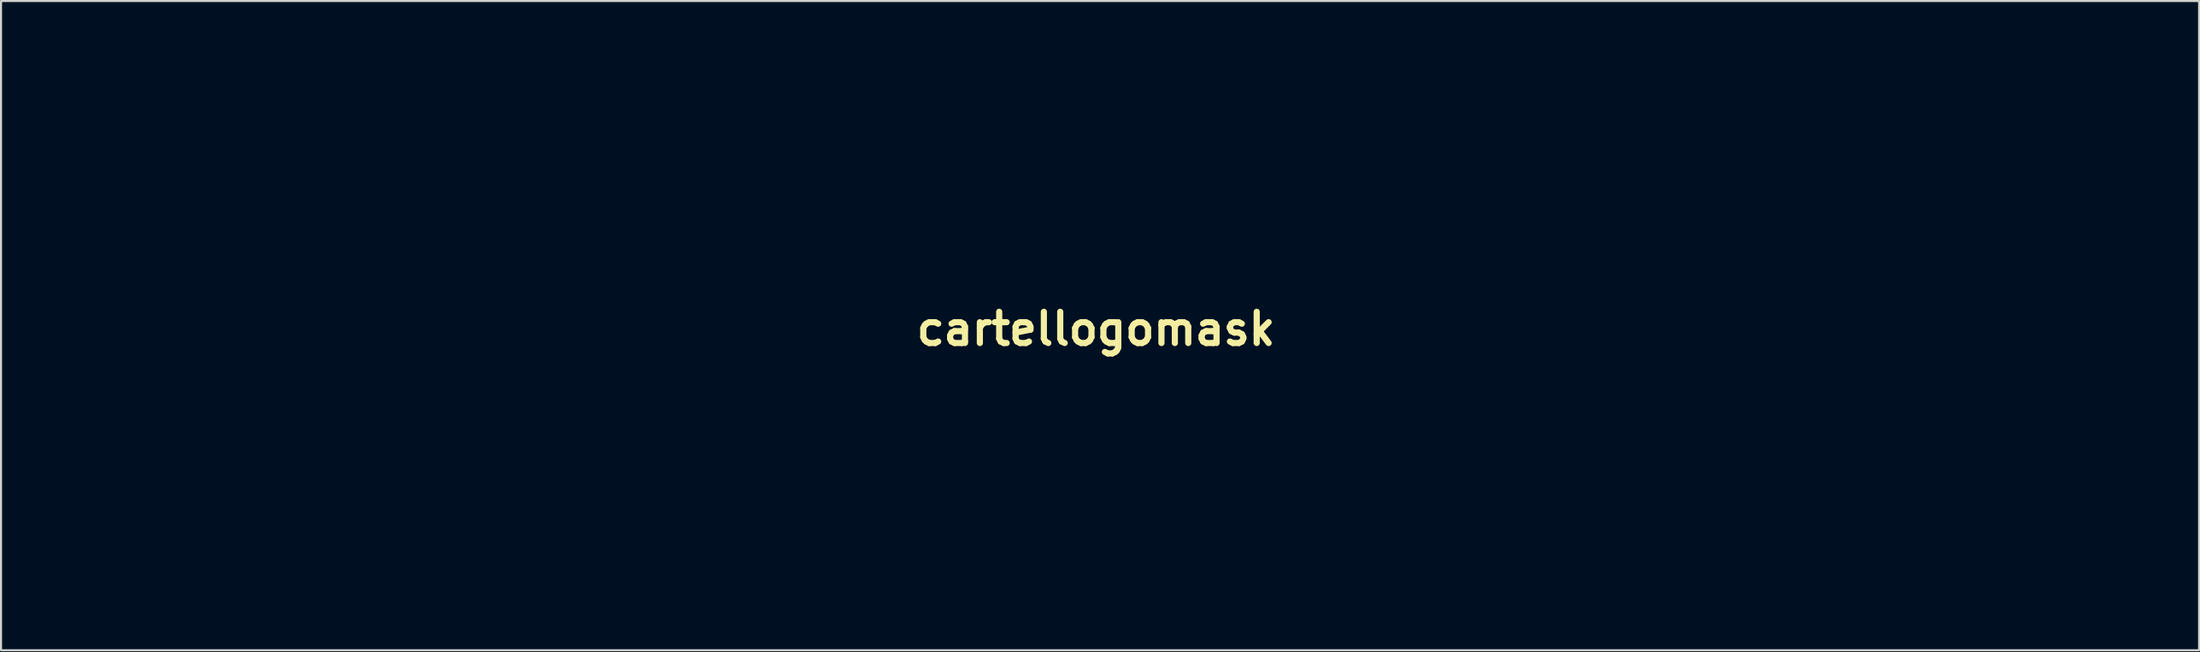
<source format=kicad_pcb>
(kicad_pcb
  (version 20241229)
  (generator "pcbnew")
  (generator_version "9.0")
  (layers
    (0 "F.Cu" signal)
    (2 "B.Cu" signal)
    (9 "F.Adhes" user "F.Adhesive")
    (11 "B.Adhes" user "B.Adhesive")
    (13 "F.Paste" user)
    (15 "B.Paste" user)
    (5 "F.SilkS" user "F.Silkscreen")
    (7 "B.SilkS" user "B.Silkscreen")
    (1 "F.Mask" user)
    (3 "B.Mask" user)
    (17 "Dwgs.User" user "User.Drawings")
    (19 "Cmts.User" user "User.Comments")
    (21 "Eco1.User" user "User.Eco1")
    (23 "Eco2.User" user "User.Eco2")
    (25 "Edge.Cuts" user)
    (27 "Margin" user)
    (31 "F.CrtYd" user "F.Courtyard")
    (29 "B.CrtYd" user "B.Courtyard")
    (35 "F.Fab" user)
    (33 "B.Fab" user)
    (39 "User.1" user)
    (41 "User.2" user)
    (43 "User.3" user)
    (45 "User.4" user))
  (footprint "cartellogomask"
    (layer "F.Cu")
    (at 50.385 13.01)
    (property "Reference" "cartellogomask" (at 0 0 0) (layer "F.SilkS") (effects (font (size 1.524 1.524) (thickness 0.3))))
    (attr through_hole)
    (fp_poly (pts (xy -22.809 -2.997) (xy -22.766 -2.915) (xy -22.698 -2.782) (xy -22.608 -2.604) (xy -22.499 -2.387) (xy -22.374 -2.134) (xy -22.235 -1.853) (xy -22.084 -1.547) (xy -21.925 -1.223) (xy -21.759 -0.885) (xy -21.59 -0.539) (xy -21.42 -0.191) (xy -21.251 0.155) (xy -21.087 0.493) (xy -20.929 0.819) (xy -20.78 1.126) (xy -20.644 1.409) (xy -20.522 1.663) (xy -20.417 1.883) (xy -20.331 2.064) (xy -20.268 2.2) (xy -20.23 2.286) (xy -20.218 2.316) (xy -20.251 2.319) (xy -20.347 2.322) (xy -20.5 2.325) (xy -20.705 2.328) (xy -20.957 2.33) (xy -21.252 2.332) (xy -21.582 2.334) (xy -21.945 2.336) (xy -22.334 2.336) (xy -22.744 2.337) (xy -22.825 2.337) (xy -25.431 2.337) (xy -25.116 1.685) (xy -24.884 1.205) (xy -24.656 0.732) (xy -24.432 0.269) (xy -24.215 -0.178) (xy -24.007 -0.607) (xy -23.81 -1.014) (xy -23.625 -1.395) (xy -23.455 -1.745) (xy -23.301 -2.061) (xy -23.165 -2.339) (xy -23.049 -2.575) (xy -22.956 -2.766) (xy -22.886 -2.907) (xy -22.842 -2.994) (xy -22.826 -3.024) (xy -22.809 -2.997)) (stroke (width 0.01) (type solid)) (fill yes) (layer "F.Mask"))
    (fp_poly (pts (xy -39.724 -9.173) (xy -39.428 -9.17) (xy -39.175 -9.165) (xy -38.96 -9.158) (xy -38.778 -9.148) (xy -38.623 -9.136) (xy -38.492 -9.122) (xy -38.378 -9.104) (xy -38.276 -9.084) (xy -38.183 -9.06) (xy -38.125 -9.043) (xy -37.832 -8.918) (xy -37.576 -8.738) (xy -37.362 -8.51) (xy -37.196 -8.24) (xy -37.114 -8.035) (xy -37.069 -7.845) (xy -37.038 -7.611) (xy -37.022 -7.353) (xy -37.021 -7.092) (xy -37.037 -6.851) (xy -37.063 -6.675) (xy -37.163 -6.336) (xy -37.309 -6.046) (xy -37.501 -5.805) (xy -37.742 -5.611) (xy -38.031 -5.463) (xy -38.219 -5.399) (xy -38.262 -5.388) (xy -38.314 -5.378) (xy -38.379 -5.369) (xy -38.462 -5.362) (xy -38.568 -5.355) (xy -38.702 -5.349) (xy -38.868 -5.344) (xy -39.071 -5.339) (xy -39.316 -5.335) (xy -39.608 -5.331) (xy -39.952 -5.327) (xy -40.353 -5.323) (xy -40.815 -5.318) (xy -40.979 -5.317) (xy -43.536 -5.294) (xy -43.925 -5.208) (xy -44.405 -5.076) (xy -44.833 -4.902) (xy -45.209 -4.684) (xy -45.537 -4.421) (xy -45.817 -4.111) (xy -46.05 -3.753) (xy -46.24 -3.345) (xy -46.35 -3.019) (xy -46.443 -2.617) (xy -46.505 -2.176) (xy -46.536 -1.711) (xy -46.535 -1.238) (xy -46.504 -0.773) (xy -46.441 -0.332) (xy -46.348 0.07) (xy -46.314 0.179) (xy -46.14 0.612) (xy -45.916 0.999) (xy -45.643 1.34) (xy -45.323 1.632) (xy -44.957 1.875) (xy -44.545 2.069) (xy -44.129 2.201) (xy -44.021 2.228) (xy -43.921 2.251) (xy -43.823 2.272) (xy -43.723 2.289) (xy -43.614 2.304) (xy -43.492 2.317) (xy -43.35 2.327) (xy -43.184 2.336) (xy -42.987 2.343) (xy -42.754 2.349) (xy -42.48 2.354) (xy -42.16 2.358) (xy -41.787 2.363) (xy -41.357 2.367) (xy -40.945 2.371) (xy -40.469 2.375) (xy -40.056 2.379) (xy -39.701 2.383) (xy -39.399 2.387) (xy -39.145 2.391) (xy -38.934 2.396) (xy -38.762 2.401) (xy -38.623 2.407) (xy -38.513 2.413) (xy -38.427 2.421) (xy -38.359 2.429) (xy -38.306 2.439) (xy -38.261 2.45) (xy -38.254 2.452) (xy -37.926 2.576) (xy -37.652 2.739) (xy -37.429 2.945) (xy -37.253 3.195) (xy -37.122 3.494) (xy -37.108 3.538) (xy -37.078 3.642) (xy -37.058 3.742) (xy -37.044 3.855) (xy -37.038 3.996) (xy -37.035 4.18) (xy -37.036 4.301) (xy -37.037 4.509) (xy -37.042 4.666) (xy -37.052 4.787) (xy -37.069 4.889) (xy -37.094 4.988) (xy -37.129 5.097) (xy -37.261 5.402) (xy -37.438 5.657) (xy -37.662 5.865) (xy -37.937 6.029) (xy -38.104 6.099) (xy -38.32 6.18) (xy -40.996 6.185) (xy -41.532 6.186) (xy -42.006 6.186) (xy -42.42 6.186) (xy -42.778 6.184) (xy -43.086 6.181) (xy -43.348 6.178) (xy -43.567 6.173) (xy -43.747 6.168) (xy -43.894 6.161) (xy -44.011 6.153) (xy -44.077 6.146) (xy -44.83 6.038) (xy -45.531 5.885) (xy -46.183 5.687) (xy -46.785 5.444) (xy -47.339 5.155) (xy -47.845 4.82) (xy -48.304 4.437) (xy -48.717 4.008) (xy -49.085 3.53) (xy -49.407 3.005) (xy -49.576 2.675) (xy -49.823 2.082) (xy -50.026 1.442) (xy -50.184 0.758) (xy -50.296 0.034) (xy -50.361 -0.727) (xy -50.38 -1.521) (xy -50.352 -2.345) (xy -50.322 -2.743) (xy -50.234 -3.463) (xy -50.098 -4.149) (xy -49.916 -4.796) (xy -49.689 -5.403) (xy -49.419 -5.966) (xy -49.107 -6.482) (xy -48.754 -6.948) (xy -48.374 -7.349) (xy -47.947 -7.716) (xy -47.487 -8.039) (xy -46.992 -8.319) (xy -46.456 -8.558) (xy -45.876 -8.758) (xy -45.246 -8.922) (xy -44.564 -9.05) (xy -44.23 -9.097) (xy -44.132 -9.109) (xy -44.019 -9.118) (xy -43.886 -9.127) (xy -43.728 -9.135) (xy -43.54 -9.141) (xy -43.316 -9.147) (xy -43.051 -9.152) (xy -42.74 -9.157) (xy -42.378 -9.161) (xy -41.958 -9.164) (xy -41.477 -9.168) (xy -41.433 -9.168) (xy -40.916 -9.171) (xy -40.463 -9.173) (xy -40.067 -9.174) (xy -39.724 -9.173)) (stroke (width 0.01) (type solid)) (fill yes) (layer "F.Mask"))
    (fp_poly (pts (xy 40.85 -9.172) (xy 41.097 -9.153) (xy 41.264 -9.127) (xy 41.601 -9.025) (xy 41.895 -8.872) (xy 42.143 -8.668) (xy 42.345 -8.416) (xy 42.499 -8.115) (xy 42.561 -7.939) (xy 42.569 -7.908) (xy 42.577 -7.871) (xy 42.584 -7.825) (xy 42.59 -7.768) (xy 42.596 -7.694) (xy 42.6 -7.601) (xy 42.604 -7.485) (xy 42.608 -7.343) (xy 42.611 -7.172) (xy 42.614 -6.967) (xy 42.616 -6.725) (xy 42.617 -6.443) (xy 42.619 -6.118) (xy 42.62 -5.745) (xy 42.62 -5.322) (xy 42.621 -4.845) (xy 42.621 -4.31) (xy 42.621 -3.714) (xy 42.621 -3.116) (xy 42.621 -2.448) (xy 42.622 -1.844) (xy 42.622 -1.302) (xy 42.623 -0.818) (xy 42.624 -0.389) (xy 42.625 -0.011) (xy 42.627 0.318) (xy 42.629 0.602) (xy 42.632 0.843) (xy 42.635 1.046) (xy 42.639 1.214) (xy 42.643 1.349) (xy 42.647 1.455) (xy 42.652 1.535) (xy 42.658 1.592) (xy 42.665 1.629) (xy 42.668 1.643) (xy 42.782 1.872) (xy 42.945 2.069) (xy 43.147 2.22) (xy 43.33 2.303) (xy 43.369 2.311) (xy 43.436 2.318) (xy 43.535 2.324) (xy 43.67 2.33) (xy 43.844 2.334) (xy 44.06 2.338) (xy 44.323 2.342) (xy 44.636 2.345) (xy 45.003 2.347) (xy 45.427 2.349) (xy 45.912 2.35) (xy 46.378 2.351) (xy 46.907 2.352) (xy 47.373 2.353) (xy 47.781 2.354) (xy 48.135 2.356) (xy 48.439 2.359) (xy 48.699 2.363) (xy 48.919 2.368) (xy 49.103 2.376) (xy 49.257 2.386) (xy 49.385 2.398) (xy 49.49 2.413) (xy 49.579 2.431) (xy 49.656 2.453) (xy 49.725 2.479) (xy 49.791 2.509) (xy 49.858 2.543) (xy 49.931 2.582) (xy 49.96 2.596) (xy 50.204 2.756) (xy 50.403 2.958) (xy 50.562 3.208) (xy 50.684 3.51) (xy 50.718 3.624) (xy 50.751 3.802) (xy 50.772 4.024) (xy 50.78 4.27) (xy 50.774 4.517) (xy 50.756 4.744) (xy 50.724 4.929) (xy 50.721 4.945) (xy 50.604 5.274) (xy 50.442 5.555) (xy 50.233 5.786) (xy 49.98 5.967) (xy 49.682 6.096) (xy 49.485 6.149) (xy 49.443 6.156) (xy 49.384 6.162) (xy 49.305 6.168) (xy 49.202 6.173) (xy 49.072 6.177) (xy 48.913 6.181) (xy 48.72 6.184) (xy 48.489 6.187) (xy 48.219 6.189) (xy 47.905 6.191) (xy 47.545 6.192) (xy 47.134 6.193) (xy 46.669 6.193) (xy 46.148 6.194) (xy 45.566 6.194) (xy 44.921 6.193) (xy 44.755 6.193) (xy 44.207 6.193) (xy 43.677 6.192) (xy 43.169 6.191) (xy 42.688 6.19) (xy 42.236 6.189) (xy 41.819 6.188) (xy 41.44 6.186) (xy 41.103 6.185) (xy 40.812 6.183) (xy 40.572 6.181) (xy 40.385 6.18) (xy 40.257 6.178) (xy 40.191 6.176) (xy 40.183 6.176) (xy 39.832 6.078) (xy 39.537 5.943) (xy 39.294 5.767) (xy 39.101 5.55) (xy 38.976 5.335) (xy 38.952 5.284) (xy 38.93 5.237) (xy 38.91 5.191) (xy 38.891 5.143) (xy 38.875 5.09) (xy 38.86 5.028) (xy 38.847 4.955) (xy 38.835 4.868) (xy 38.825 4.764) (xy 38.816 4.64) (xy 38.808 4.492) (xy 38.801 4.319) (xy 38.796 4.116) (xy 38.792 3.881) (xy 38.788 3.611) (xy 38.785 3.303) (xy 38.783 2.954) (xy 38.782 2.56) (xy 38.781 2.12) (xy 38.781 1.63) (xy 38.782 1.086) (xy 38.782 0.486) (xy 38.783 -0.172) (xy 38.784 -0.893) (xy 38.785 -1.593) (xy 38.787 -2.353) (xy 38.788 -3.048) (xy 38.789 -3.681) (xy 38.79 -4.256) (xy 38.791 -4.774) (xy 38.793 -5.24) (xy 38.794 -5.656) (xy 38.796 -6.025) (xy 38.798 -6.35) (xy 38.8 -6.635) (xy 38.803 -6.881) (xy 38.805 -7.093) (xy 38.808 -7.272) (xy 38.812 -7.423) (xy 38.816 -7.547) (xy 38.82 -7.649) (xy 38.825 -7.731) (xy 38.83 -7.795) (xy 38.835 -7.846) (xy 38.842 -7.885) (xy 38.849 -7.917) (xy 38.854 -7.936) (xy 38.982 -8.268) (xy 39.153 -8.547) (xy 39.367 -8.774) (xy 39.625 -8.951) (xy 39.929 -9.078) (xy 40.124 -9.128) (xy 40.336 -9.159) (xy 40.588 -9.174) (xy 40.85 -9.172)) (stroke (width 0.01) (type solid)) (fill yes) (layer "F.Mask"))
    (fp_poly (pts (xy 12.235 -9.174) (xy 12.807 -9.173) (xy 13.438 -9.172) (xy 14.13 -9.171) (xy 14.884 -9.17) (xy 15.636 -9.169) (xy 16.323 -9.168) (xy 16.948 -9.167) (xy 17.514 -9.166) (xy 18.025 -9.164) (xy 18.484 -9.163) (xy 18.893 -9.162) (xy 19.255 -9.16) (xy 19.574 -9.158) (xy 19.852 -9.156) (xy 20.093 -9.154) (xy 20.3 -9.151) (xy 20.475 -9.148) (xy 20.622 -9.145) (xy 20.743 -9.141) (xy 20.843 -9.137) (xy 20.923 -9.132) (xy 20.987 -9.127) (xy 21.038 -9.121) (xy 21.078 -9.114) (xy 21.112 -9.107) (xy 21.142 -9.099) (xy 21.17 -9.09) (xy 21.171 -9.09) (xy 21.483 -8.963) (xy 21.744 -8.791) (xy 21.953 -8.577) (xy 22.11 -8.32) (xy 22.11 -8.32) (xy 22.184 -8.15) (xy 22.236 -7.989) (xy 22.271 -7.821) (xy 22.291 -7.628) (xy 22.298 -7.395) (xy 22.299 -7.247) (xy 22.296 -7.043) (xy 22.29 -6.888) (xy 22.278 -6.767) (xy 22.258 -6.661) (xy 22.228 -6.554) (xy 22.209 -6.494) (xy 22.076 -6.177) (xy 21.904 -5.914) (xy 21.688 -5.7) (xy 21.424 -5.533) (xy 21.109 -5.407) (xy 21.08 -5.399) (xy 21.028 -5.385) (xy 20.966 -5.373) (xy 20.889 -5.364) (xy 20.79 -5.355) (xy 20.663 -5.348) (xy 20.503 -5.342) (xy 20.303 -5.337) (xy 20.057 -5.332) (xy 19.76 -5.327) (xy 19.405 -5.323) (xy 19.135 -5.32) (xy 17.391 -5.3) (xy 17.217 -5.208) (xy 17.092 -5.128) (xy 16.971 -5.026) (xy 16.922 -4.976) (xy 16.89 -4.94) (xy 16.861 -4.908) (xy 16.836 -4.877) (xy 16.813 -4.844) (xy 16.792 -4.804) (xy 16.775 -4.754) (xy 16.759 -4.691) (xy 16.746 -4.611) (xy 16.734 -4.511) (xy 16.725 -4.387) (xy 16.717 -4.235) (xy 16.711 -4.053) (xy 16.706 -3.836) (xy 16.702 -3.582) (xy 16.7 -3.286) (xy 16.698 -2.945) (xy 16.697 -2.556) (xy 16.696 -2.115) (xy 16.696 -1.619) (xy 16.696 -1.063) (xy 16.696 -0.446) (xy 16.696 -0.104) (xy 16.696 0.518) (xy 16.695 1.108) (xy 16.694 1.663) (xy 16.692 2.181) (xy 16.69 2.658) (xy 16.687 3.091) (xy 16.684 3.476) (xy 16.681 3.811) (xy 16.677 4.092) (xy 16.674 4.316) (xy 16.669 4.48) (xy 16.665 4.581) (xy 16.663 4.603) (xy 16.594 4.973) (xy 16.477 5.296) (xy 16.312 5.571) (xy 16.102 5.797) (xy 15.845 5.975) (xy 15.553 6.099) (xy 15.367 6.143) (xy 15.135 6.173) (xy 14.877 6.189) (xy 14.613 6.191) (xy 14.364 6.179) (xy 14.149 6.151) (xy 14.061 6.131) (xy 13.741 6.017) (xy 13.473 5.861) (xy 13.255 5.66) (xy 13.085 5.412) (xy 12.96 5.114) (xy 12.916 4.955) (xy 12.908 4.917) (xy 12.901 4.871) (xy 12.894 4.812) (xy 12.889 4.737) (xy 12.884 4.643) (xy 12.879 4.527) (xy 12.875 4.384) (xy 12.872 4.211) (xy 12.869 4.006) (xy 12.866 3.764) (xy 12.864 3.482) (xy 12.863 3.157) (xy 12.861 2.785) (xy 12.86 2.362) (xy 12.859 1.886) (xy 12.858 1.352) (xy 12.857 0.758) (xy 12.857 0.1) (xy 12.856 0.068) (xy 12.856 -0.59) (xy 12.855 -1.184) (xy 12.854 -1.717) (xy 12.853 -2.192) (xy 12.852 -2.614) (xy 12.851 -2.984) (xy 12.849 -3.307) (xy 12.847 -3.586) (xy 12.845 -3.824) (xy 12.842 -4.026) (xy 12.839 -4.193) (xy 12.835 -4.33) (xy 12.831 -4.44) (xy 12.826 -4.526) (xy 12.821 -4.592) (xy 12.815 -4.641) (xy 12.808 -4.677) (xy 12.8 -4.703) (xy 12.796 -4.714) (xy 12.702 -4.866) (xy 12.568 -5.02) (xy 12.415 -5.151) (xy 12.299 -5.222) (xy 12.263 -5.239) (xy 12.227 -5.254) (xy 12.185 -5.266) (xy 12.131 -5.276) (xy 12.058 -5.284) (xy 11.962 -5.291) (xy 11.837 -5.297) (xy 11.676 -5.301) (xy 11.473 -5.306) (xy 11.224 -5.309) (xy 10.921 -5.313) (xy 10.559 -5.317) (xy 10.363 -5.319) (xy 9.965 -5.324) (xy 9.628 -5.328) (xy 9.348 -5.332) (xy 9.117 -5.337) (xy 8.93 -5.342) (xy 8.782 -5.348) (xy 8.665 -5.355) (xy 8.575 -5.363) (xy 8.504 -5.373) (xy 8.449 -5.385) (xy 8.401 -5.398) (xy 8.399 -5.399) (xy 8.081 -5.531) (xy 7.818 -5.702) (xy 7.606 -5.915) (xy 7.442 -6.175) (xy 7.322 -6.485) (xy 7.293 -6.593) (xy 7.261 -6.78) (xy 7.242 -7.009) (xy 7.236 -7.257) (xy 7.243 -7.504) (xy 7.263 -7.726) (xy 7.294 -7.891) (xy 7.409 -8.222) (xy 7.571 -8.505) (xy 7.78 -8.739) (xy 8.036 -8.924) (xy 8.339 -9.06) (xy 8.568 -9.124) (xy 8.604 -9.131) (xy 8.647 -9.137) (xy 8.701 -9.143) (xy 8.768 -9.148) (xy 8.851 -9.153) (xy 8.954 -9.157) (xy 9.08 -9.161) (xy 9.231 -9.164) (xy 9.41 -9.166) (xy 9.621 -9.169) (xy 9.867 -9.17) (xy 10.15 -9.172) (xy 10.474 -9.173) (xy 10.841 -9.174) (xy 11.255 -9.174) (xy 11.719 -9.174) (xy 12.235 -9.174)) (stroke (width 0.01) (type solid)) (fill yes) (layer "F.Mask"))
    (fp_poly (pts (xy 1.964 -9.082) (xy 2.454 -8.947) (xy 2.914 -8.764) (xy 3.351 -8.527) (xy 3.773 -8.234) (xy 4.186 -7.88) (xy 4.425 -7.644) (xy 4.789 -7.234) (xy 5.092 -6.818) (xy 5.339 -6.386) (xy 5.535 -5.927) (xy 5.677 -5.469) (xy 5.727 -5.224) (xy 5.763 -4.931) (xy 5.784 -4.613) (xy 5.791 -4.289) (xy 5.781 -3.979) (xy 5.755 -3.703) (xy 5.743 -3.624) (xy 5.624 -3.113) (xy 5.448 -2.627) (xy 5.214 -2.161) (xy 4.917 -1.71) (xy 4.556 -1.27) (xy 4.42 -1.124) (xy 4.007 -0.732) (xy 3.575 -0.399) (xy 3.129 -0.129) (xy 3.071 -0.099) (xy 2.932 -0.026) (xy 2.819 0.036) (xy 2.744 0.082) (xy 2.718 0.105) (xy 2.718 0.105) (xy 2.742 0.133) (xy 2.809 0.205) (xy 2.914 0.317) (xy 3.054 0.465) (xy 3.223 0.645) (xy 3.418 0.851) (xy 3.635 1.08) (xy 3.87 1.327) (xy 4.06 1.527) (xy 4.31 1.791) (xy 4.549 2.045) (xy 4.772 2.284) (xy 4.974 2.504) (xy 5.152 2.698) (xy 5.3 2.863) (xy 5.414 2.992) (xy 5.488 3.081) (xy 5.514 3.115) (xy 5.647 3.356) (xy 5.739 3.609) (xy 5.795 3.893) (xy 5.817 4.168) (xy 5.81 4.576) (xy 5.754 4.942) (xy 5.649 5.265) (xy 5.496 5.542) (xy 5.297 5.773) (xy 5.052 5.955) (xy 4.763 6.088) (xy 4.542 6.149) (xy 4.351 6.177) (xy 4.125 6.193) (xy 3.886 6.195) (xy 3.657 6.185) (xy 3.459 6.162) (xy 3.375 6.144) (xy 3.065 6.035) (xy 2.744 5.868) (xy 2.424 5.65) (xy 2.189 5.455) (xy 2.147 5.41) (xy 2.067 5.317) (xy 1.952 5.179) (xy 1.804 5) (xy 1.627 4.785) (xy 1.425 4.537) (xy 1.201 4.261) (xy 0.958 3.96) (xy 0.699 3.639) (xy 0.428 3.302) (xy 0.225 3.048) (xy -0.057 2.696) (xy -0.332 2.353) (xy -0.597 2.023) (xy -0.848 1.711) (xy -1.081 1.422) (xy -1.292 1.159) (xy -1.478 0.929) (xy -1.636 0.735) (xy -1.76 0.582) (xy -1.849 0.474) (xy -1.884 0.432) (xy -2.149 0.105) (xy -2.361 -0.193) (xy -2.525 -0.472) (xy -2.645 -0.74) (xy -2.725 -1.006) (xy -2.768 -1.28) (xy -2.779 -1.541) (xy -2.756 -1.936) (xy -2.685 -2.282) (xy -2.568 -2.58) (xy -2.402 -2.833) (xy -2.187 -3.042) (xy -1.922 -3.207) (xy -1.643 -3.32) (xy -1.573 -3.341) (xy -1.502 -3.359) (xy -1.423 -3.373) (xy -1.327 -3.384) (xy -1.206 -3.393) (xy -1.05 -3.401) (xy -0.852 -3.408) (xy -0.603 -3.415) (xy -0.295 -3.422) (xy -0.288 -3.423) (xy 0.06 -3.431) (xy 0.347 -3.441) (xy 0.579 -3.451) (xy 0.764 -3.463) (xy 0.907 -3.477) (xy 1.016 -3.493) (xy 1.063 -3.503) (xy 1.358 -3.591) (xy 1.592 -3.704) (xy 1.767 -3.846) (xy 1.885 -4.017) (xy 1.949 -4.221) (xy 1.964 -4.393) (xy 1.94 -4.624) (xy 1.864 -4.814) (xy 1.732 -4.971) (xy 1.539 -5.102) (xy 1.532 -5.105) (xy 1.458 -5.143) (xy 1.39 -5.176) (xy 1.322 -5.204) (xy 1.248 -5.227) (xy 1.162 -5.247) (xy 1.06 -5.262) (xy 0.935 -5.274) (xy 0.783 -5.283) (xy 0.597 -5.29) (xy 0.373 -5.295) (xy 0.104 -5.298) (xy -0.214 -5.299) (xy -0.587 -5.3) (xy -1.022 -5.3) (xy -1.151 -5.3) (xy -3.268 -5.3) (xy -3.441 -5.209) (xy -3.633 -5.076) (xy -3.794 -4.905) (xy -3.89 -4.744) (xy -3.898 -4.722) (xy -3.905 -4.69) (xy -3.912 -4.646) (xy -3.917 -4.584) (xy -3.923 -4.503) (xy -3.927 -4.399) (xy -3.932 -4.268) (xy -3.936 -4.107) (xy -3.939 -3.912) (xy -3.942 -3.681) (xy -3.945 -3.41) (xy -3.948 -3.096) (xy -3.95 -2.735) (xy -3.953 -2.324) (xy -3.955 -1.859) (xy -3.958 -1.337) (xy -3.96 -0.756) (xy -3.963 -0.111) (xy -3.963 0.068) (xy -3.966 0.728) (xy -3.968 1.324) (xy -3.971 1.859) (xy -3.973 2.337) (xy -3.975 2.761) (xy -3.978 3.134) (xy -3.98 3.461) (xy -3.983 3.744) (xy -3.986 3.986) (xy -3.99 4.192) (xy -3.993 4.365) (xy -3.997 4.508) (xy -4.002 4.625) (xy -4.007 4.719) (xy -4.013 4.793) (xy -4.019 4.852) (xy -4.026 4.898) (xy -4.034 4.935) (xy -4.041 4.961) (xy -4.166 5.294) (xy -4.329 5.571) (xy -4.533 5.796) (xy -4.779 5.969) (xy -5.07 6.094) (xy -5.273 6.148) (xy -5.476 6.178) (xy -5.718 6.193) (xy -5.977 6.195) (xy -6.23 6.183) (xy -6.456 6.158) (xy -6.598 6.129) (xy -6.914 6.018) (xy -7.181 5.863) (xy -7.399 5.66) (xy -7.572 5.409) (xy -7.702 5.107) (xy -7.747 4.953) (xy -7.755 4.922) (xy -7.761 4.884) (xy -7.767 4.838) (xy -7.773 4.78) (xy -7.778 4.707) (xy -7.782 4.616) (xy -7.786 4.505) (xy -7.79 4.369) (xy -7.793 4.207) (xy -7.795 4.015) (xy -7.798 3.79) (xy -7.8 3.529) (xy -7.801 3.23) (xy -7.803 2.889) (xy -7.804 2.503) (xy -7.805 2.069) (xy -7.805 1.584) (xy -7.806 1.046) (xy -7.806 0.451) (xy -7.806 -0.204) (xy -7.806 -0.922) (xy -7.806 -1.439) (xy -7.806 -2.2) (xy -7.806 -2.895) (xy -7.806 -3.529) (xy -7.806 -4.104) (xy -7.805 -4.624) (xy -7.804 -5.091) (xy -7.804 -5.508) (xy -7.802 -5.879) (xy -7.801 -6.206) (xy -7.799 -6.492) (xy -7.797 -6.741) (xy -7.795 -6.956) (xy -7.792 -7.139) (xy -7.789 -7.293) (xy -7.785 -7.422) (xy -7.781 -7.528) (xy -7.777 -7.615) (xy -7.772 -7.685) (xy -7.766 -7.743) (xy -7.76 -7.789) (xy -7.753 -7.828) (xy -7.745 -7.863) (xy -7.745 -7.864) (xy -7.643 -8.19) (xy -7.499 -8.465) (xy -7.31 -8.692) (xy -7.072 -8.876) (xy -6.782 -9.019) (xy -6.536 -9.1) (xy -6.5 -9.109) (xy -6.458 -9.118) (xy -6.407 -9.125) (xy -6.344 -9.132) (xy -6.264 -9.137) (xy -6.163 -9.142) (xy -6.039 -9.146) (xy -5.886 -9.15) (xy -5.702 -9.153) (xy -5.482 -9.155) (xy -5.223 -9.157) (xy -4.921 -9.158) (xy -4.571 -9.159) (xy -4.171 -9.16) (xy -3.716 -9.161) (xy -3.203 -9.161) (xy -2.627 -9.161) (xy -2.354 -9.161) (xy 1.609 -9.161) (xy 1.964 -9.082)) (stroke (width 0.01) (type solid)) (fill yes) (layer "F.Mask"))
    (fp_poly (pts (xy -24.856 -12.975) (xy -24.796 -12.89) (xy -24.715 -12.756) (xy -24.617 -12.578) (xy -24.587 -12.522) (xy -24.428 -12.239) (xy -24.277 -12.011) (xy -24.123 -11.828) (xy -23.958 -11.679) (xy -23.773 -11.555) (xy -23.687 -11.507) (xy -23.346 -11.364) (xy -22.999 -11.288) (xy -22.652 -11.277) (xy -22.308 -11.333) (xy -21.973 -11.454) (xy -21.65 -11.639) (xy -21.584 -11.687) (xy -21.419 -11.836) (xy -21.257 -12.037) (xy -21.091 -12.296) (xy -20.93 -12.598) (xy -20.859 -12.739) (xy -20.8 -12.856) (xy -20.758 -12.936) (xy -20.74 -12.968) (xy -20.697 -12.972) (xy -20.598 -12.96) (xy -20.454 -12.935) (xy -20.272 -12.899) (xy -20.063 -12.854) (xy -19.836 -12.801) (xy -19.6 -12.744) (xy -19.366 -12.684) (xy -19.142 -12.623) (xy -18.986 -12.578) (xy -18.13 -12.287) (xy -17.291 -11.933) (xy -16.475 -11.519) (xy -15.687 -11.049) (xy -14.931 -10.526) (xy -14.214 -9.954) (xy -13.539 -9.335) (xy -12.913 -8.674) (xy -12.444 -8.111) (xy -11.893 -7.354) (xy -11.404 -6.571) (xy -10.976 -5.76) (xy -10.609 -4.919) (xy -10.302 -4.049) (xy -10.055 -3.147) (xy -9.867 -2.214) (xy -9.798 -1.761) (xy -9.774 -1.532) (xy -9.756 -1.25) (xy -9.743 -0.926) (xy -9.735 -0.576) (xy -9.732 -0.213) (xy -9.735 0.15) (xy -9.743 0.499) (xy -9.756 0.821) (xy -9.775 1.102) (xy -9.798 1.321) (xy -9.957 2.262) (xy -10.172 3.17) (xy -10.445 4.044) (xy -10.774 4.882) (xy -11.045 5.46) (xy -11.11 5.587) (xy -11.156 5.663) (xy -11.194 5.7) (xy -11.234 5.71) (xy -11.269 5.706) (xy -11.672 5.65) (xy -12.022 5.626) (xy -12.328 5.635) (xy -12.599 5.679) (xy -12.843 5.759) (xy -13.069 5.878) (xy -13.285 6.037) (xy -13.38 6.12) (xy -13.597 6.35) (xy -13.761 6.593) (xy -13.884 6.871) (xy -13.9 6.915) (xy -13.981 7.211) (xy -14.015 7.487) (xy -14.001 7.758) (xy -13.938 8.038) (xy -13.824 8.34) (xy -13.748 8.502) (xy -13.55 8.905) (xy -13.895 9.227) (xy -14.564 9.804) (xy -15.281 10.338) (xy -16.04 10.826) (xy -16.834 11.263) (xy -17.658 11.646) (xy -18.506 11.973) (xy -19.37 12.239) (xy -19.648 12.311) (xy -20.095 12.415) (xy -20.507 12.499) (xy -20.903 12.564) (xy -21.297 12.613) (xy -21.708 12.647) (xy -22.151 12.669) (xy -22.643 12.681) (xy -22.691 12.682) (xy -22.946 12.684) (xy -23.184 12.686) (xy -23.396 12.686) (xy -23.571 12.685) (xy -23.699 12.683) (xy -23.77 12.68) (xy -23.774 12.68) (xy -23.856 12.671) (xy -23.986 12.658) (xy -24.145 12.643) (xy -24.282 12.63) (xy -24.913 12.55) (xy -25.573 12.43) (xy -26.246 12.272) (xy -26.912 12.083) (xy -27.552 11.866) (xy -28.071 11.661) (xy -28.836 11.305) (xy -29.581 10.9) (xy -30.297 10.453) (xy -30.974 9.971) (xy -31.602 9.459) (xy -31.885 9.202) (xy -32.123 8.979) (xy -31.943 8.637) (xy -31.819 8.391) (xy -31.729 8.183) (xy -31.667 7.998) (xy -31.629 7.819) (xy -31.609 7.637) (xy -31.616 7.276) (xy -31.687 6.937) (xy -31.821 6.621) (xy -32.019 6.329) (xy -32.17 6.163) (xy -32.388 5.966) (xy -32.606 5.814) (xy -32.833 5.704) (xy -33.079 5.633) (xy -33.353 5.599) (xy -33.666 5.6) (xy -34.028 5.633) (xy -34.168 5.652) (xy -34.588 5.712) (xy -34.783 5.303) (xy -35.139 4.492) (xy -35.171 4.403) (xy -30.423 4.403) (xy -30.393 4.681) (xy -30.312 4.97) (xy -30.189 5.249) (xy -30.157 5.306) (xy -29.964 5.57) (xy -29.72 5.8) (xy -29.438 5.986) (xy -29.127 6.123) (xy -28.843 6.194) (xy -28.79 6.198) (xy -28.674 6.201) (xy -28.497 6.204) (xy -28.263 6.207) (xy -27.976 6.209) (xy -27.639 6.212) (xy -27.256 6.215) (xy -26.83 6.217) (xy -26.365 6.219) (xy -25.865 6.221) (xy -25.333 6.223) (xy -24.772 6.225) (xy -24.187 6.226) (xy -23.581 6.227) (xy -22.957 6.227) (xy -22.816 6.228) (xy -22.07 6.228) (xy -21.388 6.228) (xy -20.767 6.228) (xy -20.206 6.228) (xy -19.7 6.228) (xy -19.246 6.227) (xy -18.842 6.226) (xy -18.484 6.225) (xy -18.17 6.224) (xy -17.895 6.222) (xy -17.659 6.22) (xy -17.456 6.217) (xy -17.285 6.214) (xy -17.141 6.21) (xy -17.023 6.206) (xy -16.927 6.202) (xy -16.85 6.197) (xy -16.789 6.191) (xy -16.74 6.185) (xy -16.703 6.178) (xy -16.36 6.077) (xy -16.049 5.92) (xy -15.776 5.714) (xy -15.548 5.462) (xy -15.402 5.229) (xy -15.268 4.933) (xy -15.192 4.656) (xy -15.174 4.385) (xy -15.211 4.108) (xy -15.295 3.834) (xy -15.365 3.652) (xy -15.448 3.448) (xy -15.544 3.221) (xy -15.654 2.967) (xy -15.78 2.685) (xy -15.923 2.372) (xy -16.084 2.026) (xy -16.264 1.645) (xy -16.464 1.226) (xy -16.685 0.766) (xy -16.929 0.264) (xy -17.196 -0.283) (xy -17.488 -0.877) (xy -17.806 -1.521) (xy -18.15 -2.217) (xy -18.523 -2.967) (xy -18.925 -3.773) (xy -19.156 -4.236) (xy -19.448 -4.821) (xy -19.711 -5.348) (xy -19.947 -5.821) (xy -20.158 -6.243) (xy -20.346 -6.617) (xy -20.511 -6.946) (xy -20.656 -7.233) (xy -20.782 -7.481) (xy -20.892 -7.695) (xy -20.986 -7.875) (xy -21.066 -8.027) (xy -21.134 -8.153) (xy -21.191 -8.256) (xy -21.24 -8.339) (xy -21.281 -8.406) (xy -21.317 -8.459) (xy -21.349 -8.502) (xy -21.379 -8.538) (xy -21.409 -8.57) (xy -21.439 -8.601) (xy -21.443 -8.605) (xy -21.712 -8.832) (xy -22.013 -9.005) (xy -22.336 -9.12) (xy -22.673 -9.177) (xy -23.014 -9.173) (xy -23.35 -9.105) (xy -23.421 -9.082) (xy -23.58 -9.019) (xy -23.743 -8.941) (xy -23.878 -8.865) (xy -23.887 -8.859) (xy -23.958 -8.811) (xy -24.023 -8.765) (xy -24.083 -8.717) (xy -24.142 -8.663) (xy -24.201 -8.6) (xy -24.262 -8.522) (xy -24.329 -8.427) (xy -24.402 -8.31) (xy -24.486 -8.167) (xy -24.581 -7.994) (xy -24.691 -7.788) (xy -24.817 -7.544) (xy -24.963 -7.258) (xy -25.129 -6.927) (xy -25.32 -6.546) (xy -25.536 -6.111) (xy -25.729 -5.723) (xy -26.189 -4.796) (xy -26.62 -3.928) (xy -27.022 -3.115) (xy -27.396 -2.357) (xy -27.743 -1.651) (xy -28.064 -0.995) (xy -28.36 -0.388) (xy -28.632 0.173) (xy -28.881 0.691) (xy -29.109 1.166) (xy -29.315 1.601) (xy -29.501 1.998) (xy -29.668 2.359) (xy -29.817 2.686) (xy -29.948 2.981) (xy -30.063 3.246) (xy -30.164 3.483) (xy -30.249 3.694) (xy -30.288 3.793) (xy -30.352 3.963) (xy -30.392 4.092) (xy -30.414 4.201) (xy -30.423 4.313) (xy -30.423 4.403) (xy -35.171 4.403) (xy -35.433 3.674) (xy -35.67 2.838) (xy -35.852 1.974) (xy -35.952 1.321) (xy -35.97 1.15) (xy -35.987 0.927) (xy -36.002 0.667) (xy -36.014 0.385) (xy -36.023 0.096) (xy -36.024 0.034) (xy -36.026 -0.607) (xy -36.001 -1.202) (xy -35.95 -1.772) (xy -35.869 -2.334) (xy -35.756 -2.908) (xy -35.657 -3.326) (xy -35.402 -4.207) (xy -35.086 -5.062) (xy -34.712 -5.888) (xy -34.281 -6.683) (xy -33.796 -7.444) (xy -33.261 -8.168) (xy -32.676 -8.854) (xy -32.046 -9.499) (xy -31.371 -10.1) (xy -30.655 -10.654) (xy -29.9 -11.16) (xy -29.108 -11.614) (xy -28.282 -12.014) (xy -27.425 -12.358) (xy -26.619 -12.62) (xy -26.454 -12.665) (xy -26.255 -12.716) (xy -26.035 -12.77) (xy -25.806 -12.823) (xy -25.578 -12.875) (xy -25.365 -12.921) (xy -25.176 -12.959) (xy -25.024 -12.987) (xy -24.921 -13.003) (xy -24.892 -13.005) (xy -24.856 -12.975)) (stroke (width 0.01) (type solid)) (fill yes) (layer "F.Mask"))
    (fp_poly (pts (xy 31.198 -9.076) (xy 31.801 -9.076) (xy 32.343 -9.076) (xy 32.828 -9.076) (xy 33.259 -9.075) (xy 33.639 -9.074) (xy 33.973 -9.073) (xy 34.263 -9.071) (xy 34.513 -9.069) (xy 34.726 -9.067) (xy 34.906 -9.064) (xy 35.056 -9.061) (xy 35.18 -9.057) (xy 35.282 -9.053) (xy 35.364 -9.047) (xy 35.43 -9.041) (xy 35.484 -9.035) (xy 35.529 -9.027) (xy 35.568 -9.019) (xy 35.603 -9.011) (xy 35.835 -8.941) (xy 36.023 -8.857) (xy 36.189 -8.747) (xy 36.327 -8.628) (xy 36.477 -8.47) (xy 36.591 -8.307) (xy 36.683 -8.117) (xy 36.75 -7.925) (xy 36.783 -7.813) (xy 36.805 -7.708) (xy 36.819 -7.594) (xy 36.827 -7.453) (xy 36.829 -7.269) (xy 36.83 -7.163) (xy 36.825 -6.9) (xy 36.81 -6.688) (xy 36.782 -6.51) (xy 36.736 -6.348) (xy 36.67 -6.186) (xy 36.62 -6.083) (xy 36.507 -5.906) (xy 36.355 -5.728) (xy 36.185 -5.574) (xy 36.037 -5.474) (xy 35.919 -5.42) (xy 35.767 -5.362) (xy 35.612 -5.314) (xy 35.605 -5.312) (xy 35.558 -5.3) (xy 35.511 -5.289) (xy 35.458 -5.28) (xy 35.395 -5.272) (xy 35.318 -5.264) (xy 35.222 -5.258) (xy 35.103 -5.252) (xy 34.957 -5.247) (xy 34.779 -5.242) (xy 34.565 -5.238) (xy 34.311 -5.234) (xy 34.011 -5.23) (xy 33.663 -5.225) (xy 33.261 -5.221) (xy 32.801 -5.216) (xy 32.279 -5.211) (xy 32.139 -5.21) (xy 31.58 -5.205) (xy 31.083 -5.2) (xy 30.647 -5.195) (xy 30.265 -5.191) (xy 29.935 -5.186) (xy 29.651 -5.18) (xy 29.411 -5.173) (xy 29.209 -5.164) (xy 29.042 -5.153) (xy 28.905 -5.141) (xy 28.795 -5.125) (xy 28.707 -5.107) (xy 28.637 -5.085) (xy 28.58 -5.059) (xy 28.534 -5.029) (xy 28.493 -4.995) (xy 28.453 -4.956) (xy 28.411 -4.912) (xy 28.382 -4.883) (xy 28.265 -4.754) (xy 28.188 -4.639) (xy 28.135 -4.51) (xy 28.129 -4.492) (xy 28.084 -4.241) (xy 28.103 -3.996) (xy 28.181 -3.766) (xy 28.315 -3.561) (xy 28.502 -3.389) (xy 28.627 -3.311) (xy 28.66 -3.294) (xy 28.694 -3.279) (xy 28.735 -3.267) (xy 28.789 -3.257) (xy 28.861 -3.249) (xy 28.959 -3.242) (xy 29.086 -3.237) (xy 29.251 -3.232) (xy 29.457 -3.228) (xy 29.712 -3.224) (xy 30.021 -3.22) (xy 30.39 -3.216) (xy 30.514 -3.215) (xy 30.915 -3.21) (xy 31.255 -3.205) (xy 31.538 -3.2) (xy 31.771 -3.195) (xy 31.959 -3.189) (xy 32.109 -3.182) (xy 32.225 -3.174) (xy 32.315 -3.165) (xy 32.382 -3.154) (xy 32.435 -3.142) (xy 32.44 -3.14) (xy 32.753 -3.018) (xy 33.014 -2.854) (xy 33.224 -2.647) (xy 33.384 -2.395) (xy 33.496 -2.098) (xy 33.558 -1.755) (xy 33.574 -1.439) (xy 33.551 -1.059) (xy 33.482 -0.726) (xy 33.365 -0.441) (xy 33.198 -0.199) (xy 32.982 -0.001) (xy 32.713 0.157) (xy 32.428 0.265) (xy 32.377 0.277) (xy 32.308 0.288) (xy 32.213 0.297) (xy 32.089 0.305) (xy 31.929 0.311) (xy 31.727 0.317) (xy 31.478 0.323) (xy 31.177 0.328) (xy 30.818 0.333) (xy 30.514 0.336) (xy 30.126 0.341) (xy 29.799 0.344) (xy 29.529 0.348) (xy 29.308 0.352) (xy 29.132 0.357) (xy 28.994 0.362) (xy 28.888 0.368) (xy 28.808 0.376) (xy 28.75 0.385) (xy 28.705 0.397) (xy 28.67 0.41) (xy 28.637 0.427) (xy 28.627 0.432) (xy 28.413 0.581) (xy 28.25 0.769) (xy 28.139 0.987) (xy 28.087 1.225) (xy 28.096 1.473) (xy 28.129 1.613) (xy 28.18 1.745) (xy 28.253 1.861) (xy 28.364 1.986) (xy 28.382 2.004) (xy 28.428 2.052) (xy 28.469 2.094) (xy 28.508 2.131) (xy 28.551 2.163) (xy 28.601 2.191) (xy 28.662 2.215) (xy 28.739 2.236) (xy 28.836 2.253) (xy 28.956 2.267) (xy 29.104 2.279) (xy 29.284 2.289) (xy 29.501 2.297) (xy 29.758 2.304) (xy 30.059 2.309) (xy 30.409 2.314) (xy 30.811 2.319) (xy 31.271 2.323) (xy 31.792 2.328) (xy 32.139 2.331) (xy 32.678 2.337) (xy 33.153 2.341) (xy 33.569 2.346) (xy 33.93 2.35) (xy 34.241 2.354) (xy 34.506 2.358) (xy 34.73 2.363) (xy 34.916 2.367) (xy 35.07 2.373) (xy 35.195 2.378) (xy 35.296 2.384) (xy 35.378 2.392) (xy 35.444 2.4) (xy 35.499 2.409) (xy 35.548 2.419) (xy 35.594 2.431) (xy 35.605 2.434) (xy 35.759 2.481) (xy 35.912 2.538) (xy 36.032 2.593) (xy 36.037 2.596) (xy 36.205 2.712) (xy 36.374 2.87) (xy 36.523 3.048) (xy 36.62 3.205) (xy 36.7 3.375) (xy 36.757 3.535) (xy 36.795 3.701) (xy 36.818 3.891) (xy 36.828 4.122) (xy 36.83 4.284) (xy 36.828 4.494) (xy 36.823 4.653) (xy 36.812 4.778) (xy 36.794 4.886) (xy 36.767 4.992) (xy 36.75 5.046) (xy 36.667 5.277) (xy 36.571 5.464) (xy 36.45 5.627) (xy 36.355 5.729) (xy 36.156 5.896) (xy 35.929 6.022) (xy 35.656 6.118) (xy 35.608 6.131) (xy 35.57 6.14) (xy 35.531 6.148) (xy 35.486 6.156) (xy 35.433 6.162) (xy 35.368 6.168) (xy 35.288 6.174) (xy 35.189 6.178) (xy 35.067 6.182) (xy 34.919 6.185) (xy 34.743 6.188) (xy 34.533 6.19) (xy 34.287 6.192) (xy 34.002 6.194) (xy 33.673 6.195) (xy 33.298 6.195) (xy 32.873 6.196) (xy 32.394 6.196) (xy 31.859 6.196) (xy 31.263 6.196) (xy 30.603 6.196) (xy 30.517 6.196) (xy 29.848 6.195) (xy 29.244 6.195) (xy 28.701 6.195) (xy 28.215 6.194) (xy 27.783 6.193) (xy 27.402 6.192) (xy 27.067 6.191) (xy 26.776 6.189) (xy 26.526 6.187) (xy 26.312 6.185) (xy 26.131 6.182) (xy 25.981 6.179) (xy 25.856 6.175) (xy 25.755 6.17) (xy 25.673 6.165) (xy 25.607 6.159) (xy 25.554 6.152) (xy 25.51 6.145) (xy 25.471 6.137) (xy 25.44 6.129) (xy 25.124 6.018) (xy 24.857 5.863) (xy 24.639 5.66) (xy 24.465 5.409) (xy 24.335 5.107) (xy 24.29 4.953) (xy 24.283 4.922) (xy 24.276 4.884) (xy 24.27 4.838) (xy 24.265 4.78) (xy 24.26 4.707) (xy 24.256 4.616) (xy 24.252 4.505) (xy 24.248 4.369) (xy 24.245 4.207) (xy 24.242 4.015) (xy 24.24 3.79) (xy 24.238 3.529) (xy 24.237 3.23) (xy 24.235 2.889) (xy 24.234 2.503) (xy 24.233 2.069) (xy 24.233 1.584) (xy 24.232 1.046) (xy 24.232 0.451) (xy 24.232 -0.204) (xy 24.232 -0.922) (xy 24.232 -1.439) (xy 24.232 -2.201) (xy 24.232 -2.897) (xy 24.232 -3.532) (xy 24.232 -4.108) (xy 24.233 -4.628) (xy 24.234 -5.096) (xy 24.234 -5.514) (xy 24.236 -5.885) (xy 24.237 -6.212) (xy 24.239 -6.498) (xy 24.241 -6.747) (xy 24.243 -6.961) (xy 24.246 -7.142) (xy 24.249 -7.296) (xy 24.253 -7.423) (xy 24.257 -7.527) (xy 24.262 -7.612) (xy 24.267 -7.679) (xy 24.272 -7.733) (xy 24.279 -7.776) (xy 24.285 -7.811) (xy 24.29 -7.832) (xy 24.402 -8.158) (xy 24.555 -8.431) (xy 24.753 -8.655) (xy 24.998 -8.831) (xy 25.293 -8.962) (xy 25.454 -9.009) (xy 25.491 -9.019) (xy 25.531 -9.027) (xy 25.576 -9.034) (xy 25.629 -9.041) (xy 25.694 -9.047) (xy 25.775 -9.052) (xy 25.875 -9.057) (xy 25.997 -9.061) (xy 26.145 -9.064) (xy 26.323 -9.067) (xy 26.533 -9.069) (xy 26.78 -9.071) (xy 27.066 -9.073) (xy 27.396 -9.074) (xy 27.773 -9.075) (xy 28.199 -9.076) (xy 28.679 -9.076) (xy 29.217 -9.076) (xy 29.814 -9.076) (xy 30.476 -9.076) (xy 30.531 -9.076) (xy 31.198 -9.076)) (stroke (width 0.01) (type solid)) (fill yes) (layer "F.Mask")))
  (gr_rect
    (start -3 -3)
    (end 104.17 28.701)
    (stroke (width 0.1) (type default))
    (fill no)
    (layer "Edge.Cuts")))
</source>
